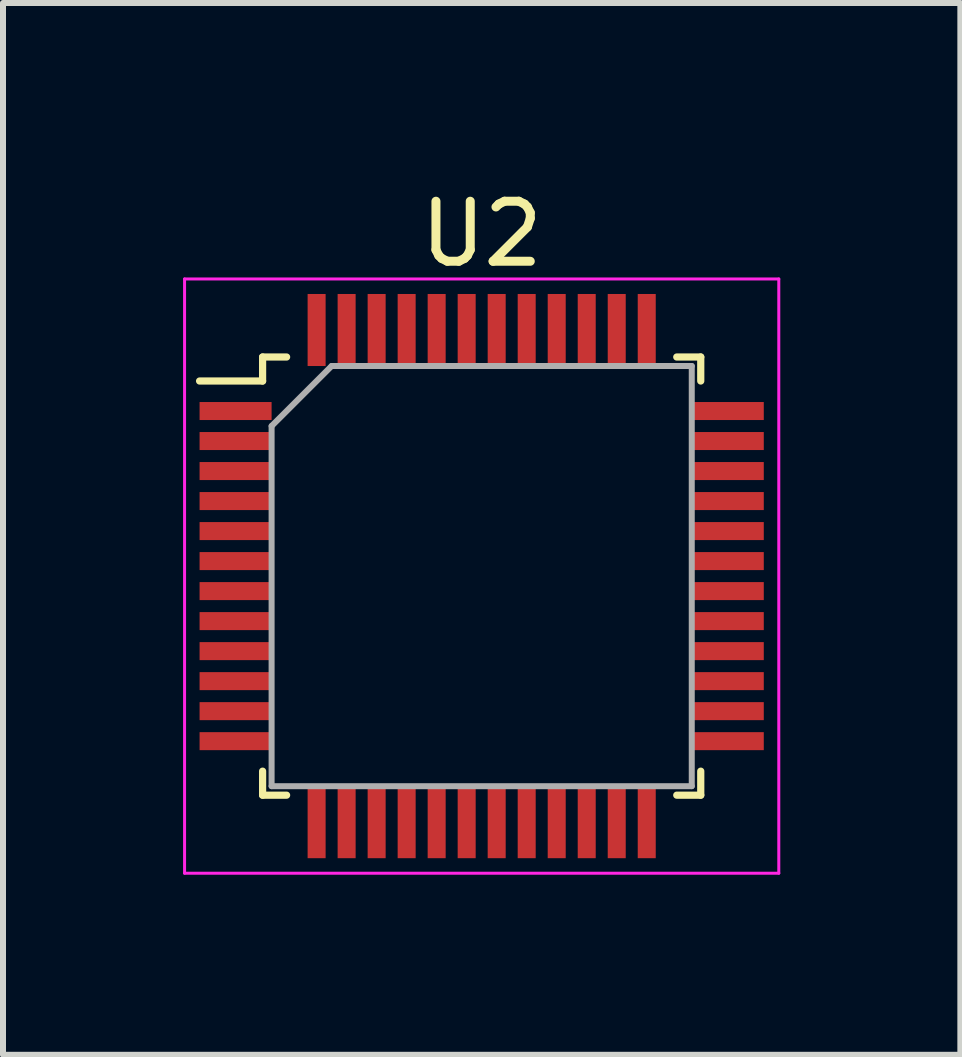
<source format=kicad_pcb>
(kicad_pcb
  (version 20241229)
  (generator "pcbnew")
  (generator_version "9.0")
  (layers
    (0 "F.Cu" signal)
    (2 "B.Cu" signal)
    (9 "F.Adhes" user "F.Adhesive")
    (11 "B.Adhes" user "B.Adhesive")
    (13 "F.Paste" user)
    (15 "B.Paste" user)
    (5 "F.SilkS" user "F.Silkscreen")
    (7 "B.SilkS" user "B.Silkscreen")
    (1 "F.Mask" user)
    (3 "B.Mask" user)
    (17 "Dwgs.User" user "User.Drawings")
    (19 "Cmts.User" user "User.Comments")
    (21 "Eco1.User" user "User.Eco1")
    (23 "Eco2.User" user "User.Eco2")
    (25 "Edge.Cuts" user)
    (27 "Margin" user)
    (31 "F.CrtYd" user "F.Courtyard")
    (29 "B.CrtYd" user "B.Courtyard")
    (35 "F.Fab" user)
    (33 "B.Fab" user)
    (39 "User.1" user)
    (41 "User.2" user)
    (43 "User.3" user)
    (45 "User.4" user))
  (footprint "U2"
    (layer "F.Cu")
    (at 4.975 6.548)
    (property "Reference" "U2" (at 0 -5.7 0) (layer "F.SilkS") (effects (font (size 1 1) (thickness 0.15))))
    (attr smd)
    (fp_line (start -3.65 -3.65) (end -3.65 -3.25) (stroke (width 0.12) (type default)) (layer "F.SilkS"))
    (fp_line (start -3.65 -3.25) (end -4.7 -3.25) (stroke (width 0.12) (type default)) (layer "F.SilkS"))
    (fp_line (start -3.65 3.65) (end -3.65 3.25) (stroke (width 0.12) (type default)) (layer "F.SilkS"))
    (fp_line (start -3.25 -3.65) (end -3.65 -3.65) (stroke (width 0.12) (type default)) (layer "F.SilkS"))
    (fp_line (start -3.25 3.65) (end -3.65 3.65) (stroke (width 0.12) (type default)) (layer "F.SilkS"))
    (fp_line (start 3.25 -3.65) (end 3.65 -3.65) (stroke (width 0.12) (type default)) (layer "F.SilkS"))
    (fp_line (start 3.25 3.65) (end 3.65 3.65) (stroke (width 0.12) (type default)) (layer "F.SilkS"))
    (fp_line (start 3.65 -3.65) (end 3.65 -3.25) (stroke (width 0.12) (type default)) (layer "F.SilkS"))
    (fp_line (start 3.65 3.65) (end 3.65 3.25) (stroke (width 0.12) (type default)) (layer "F.SilkS"))
    (fp_line (start -4.95 -4.95) (end 4.95 -4.95) (stroke (width 0.05) (type default)) (layer "F.CrtYd"))
    (fp_line (start -4.95 4.95) (end -4.95 -4.95) (stroke (width 0.05) (type default)) (layer "F.CrtYd"))
    (fp_line (start 4.95 -4.95) (end 4.95 4.95) (stroke (width 0.05) (type default)) (layer "F.CrtYd"))
    (fp_line (start 4.95 4.95) (end -4.95 4.95) (stroke (width 0.05) (type default)) (layer "F.CrtYd"))
    (fp_line (start -3.5 -2.5) (end -3.5 3.5) (stroke (width 0.1) (type default)) (layer "F.Fab"))
    (fp_line (start -3.5 3.5) (end 3.5 3.5) (stroke (width 0.1) (type default)) (layer "F.Fab"))
    (fp_line (start -2.5 -3.5) (end -3.5 -2.5) (stroke (width 0.1) (type default)) (layer "F.Fab"))
    (fp_line (start 3.5 -3.5) (end -2.5 -3.5) (stroke (width 0.1) (type default)) (layer "F.Fab"))
    (fp_line (start 3.5 3.5) (end 3.5 -3.5) (stroke (width 0.1) (type default)) (layer "F.Fab"))
    (pad "1" smd rect (at -4.1 -2.75 90) (size 0.3 1.2) (layers "F.Cu" "F.Mask" "F.Paste"))
    (pad "2" smd rect (at -4.1 -2.25 90) (size 0.3 1.2) (layers "F.Cu" "F.Mask" "F.Paste"))
    (pad "3" smd rect (at -4.1 -1.75 90) (size 0.3 1.2) (layers "F.Cu" "F.Mask" "F.Paste"))
    (pad "4" smd rect (at -4.1 -1.25 90) (size 0.3 1.2) (layers "F.Cu" "F.Mask" "F.Paste"))
    (pad "5" smd rect (at -4.1 -0.75 90) (size 0.3 1.2) (layers "F.Cu" "F.Mask" "F.Paste"))
    (pad "6" smd rect (at -4.1 -0.25 90) (size 0.3 1.2) (layers "F.Cu" "F.Mask" "F.Paste"))
    (pad "7" smd rect (at -4.1 0.25 90) (size 0.3 1.2) (layers "F.Cu" "F.Mask" "F.Paste"))
    (pad "8" smd rect (at -4.1 0.75 90) (size 0.3 1.2) (layers "F.Cu" "F.Mask" "F.Paste"))
    (pad "9" smd rect (at -4.1 1.25 90) (size 0.3 1.2) (layers "F.Cu" "F.Mask" "F.Paste"))
    (pad "10" smd rect (at -4.1 1.75 90) (size 0.3 1.2) (layers "F.Cu" "F.Mask" "F.Paste"))
    (pad "11" smd rect (at -4.1 2.25 90) (size 0.3 1.2) (layers "F.Cu" "F.Mask" "F.Paste"))
    (pad "12" smd rect (at -4.1 2.75 90) (size 0.3 1.2) (layers "F.Cu" "F.Mask" "F.Paste"))
    (pad "13" smd rect (at -2.75 4.1) (size 0.3 1.2) (layers "F.Cu" "F.Mask" "F.Paste"))
    (pad "14" smd rect (at -2.25 4.1) (size 0.3 1.2) (layers "F.Cu" "F.Mask" "F.Paste"))
    (pad "15" smd rect (at -1.75 4.1) (size 0.3 1.2) (layers "F.Cu" "F.Mask" "F.Paste"))
    (pad "16" smd rect (at -1.25 4.1) (size 0.3 1.2) (layers "F.Cu" "F.Mask" "F.Paste"))
    (pad "17" smd rect (at -0.75 4.1) (size 0.3 1.2) (layers "F.Cu" "F.Mask" "F.Paste"))
    (pad "18" smd rect (at -0.25 4.1) (size 0.3 1.2) (layers "F.Cu" "F.Mask" "F.Paste"))
    (pad "19" smd rect (at 0.25 4.1) (size 0.3 1.2) (layers "F.Cu" "F.Mask" "F.Paste"))
    (pad "20" smd rect (at 0.75 4.1) (size 0.3 1.2) (layers "F.Cu" "F.Mask" "F.Paste"))
    (pad "21" smd rect (at 1.25 4.1) (size 0.3 1.2) (layers "F.Cu" "F.Mask" "F.Paste"))
    (pad "22" smd rect (at 1.75 4.1) (size 0.3 1.2) (layers "F.Cu" "F.Mask" "F.Paste"))
    (pad "23" smd rect (at 2.25 4.1) (size 0.3 1.2) (layers "F.Cu" "F.Mask" "F.Paste"))
    (pad "24" smd rect (at 2.75 4.1) (size 0.3 1.2) (layers "F.Cu" "F.Mask" "F.Paste"))
    (pad "25" smd rect (at 4.1 2.75 90) (size 0.3 1.2) (layers "F.Cu" "F.Mask" "F.Paste"))
    (pad "26" smd rect (at 4.1 2.25 90) (size 0.3 1.2) (layers "F.Cu" "F.Mask" "F.Paste"))
    (pad "27" smd rect (at 4.1 1.75 90) (size 0.3 1.2) (layers "F.Cu" "F.Mask" "F.Paste"))
    (pad "28" smd rect (at 4.1 1.25 90) (size 0.3 1.2) (layers "F.Cu" "F.Mask" "F.Paste"))
    (pad "29" smd rect (at 4.1 0.75 90) (size 0.3 1.2) (layers "F.Cu" "F.Mask" "F.Paste"))
    (pad "30" smd rect (at 4.1 0.25 90) (size 0.3 1.2) (layers "F.Cu" "F.Mask" "F.Paste"))
    (pad "31" smd rect (at 4.1 -0.25 90) (size 0.3 1.2) (layers "F.Cu" "F.Mask" "F.Paste"))
    (pad "32" smd rect (at 4.1 -0.75 90) (size 0.3 1.2) (layers "F.Cu" "F.Mask" "F.Paste"))
    (pad "33" smd rect (at 4.1 -1.25 90) (size 0.3 1.2) (layers "F.Cu" "F.Mask" "F.Paste"))
    (pad "34" smd rect (at 4.1 -1.75 90) (size 0.3 1.2) (layers "F.Cu" "F.Mask" "F.Paste"))
    (pad "35" smd rect (at 4.1 -2.25 90) (size 0.3 1.2) (layers "F.Cu" "F.Mask" "F.Paste"))
    (pad "36" smd rect (at 4.1 -2.75 90) (size 0.3 1.2) (layers "F.Cu" "F.Mask" "F.Paste"))
    (pad "37" smd rect (at 2.75 -4.1) (size 0.3 1.2) (layers "F.Cu" "F.Mask" "F.Paste"))
    (pad "38" smd rect (at 2.25 -4.1) (size 0.3 1.2) (layers "F.Cu" "F.Mask" "F.Paste"))
    (pad "39" smd rect (at 1.75 -4.1) (size 0.3 1.2) (layers "F.Cu" "F.Mask" "F.Paste"))
    (pad "40" smd rect (at 1.25 -4.1) (size 0.3 1.2) (layers "F.Cu" "F.Mask" "F.Paste"))
    (pad "41" smd rect (at 0.75 -4.1) (size 0.3 1.2) (layers "F.Cu" "F.Mask" "F.Paste"))
    (pad "42" smd rect (at 0.25 -4.1) (size 0.3 1.2) (layers "F.Cu" "F.Mask" "F.Paste"))
    (pad "43" smd rect (at -0.25 -4.1) (size 0.3 1.2) (layers "F.Cu" "F.Mask" "F.Paste"))
    (pad "44" smd rect (at -0.75 -4.1) (size 0.3 1.2) (layers "F.Cu" "F.Mask" "F.Paste"))
    (pad "45" smd rect (at -1.25 -4.1) (size 0.3 1.2) (layers "F.Cu" "F.Mask" "F.Paste"))
    (pad "46" smd rect (at -1.75 -4.1) (size 0.3 1.2) (layers "F.Cu" "F.Mask" "F.Paste"))
    (pad "47" smd rect (at -2.25 -4.1) (size 0.3 1.2) (layers "F.Cu" "F.Mask" "F.Paste"))
    (pad "48" smd rect (at -2.75 -4.1) (size 0.3 1.2) (layers "F.Cu" "F.Mask" "F.Paste")))
  (gr_rect
    (start -3 -3)
    (end 12.95 14.523)
    (stroke (width 0.1) (type default))
    (fill no)
    (layer "Edge.Cuts")))
</source>
